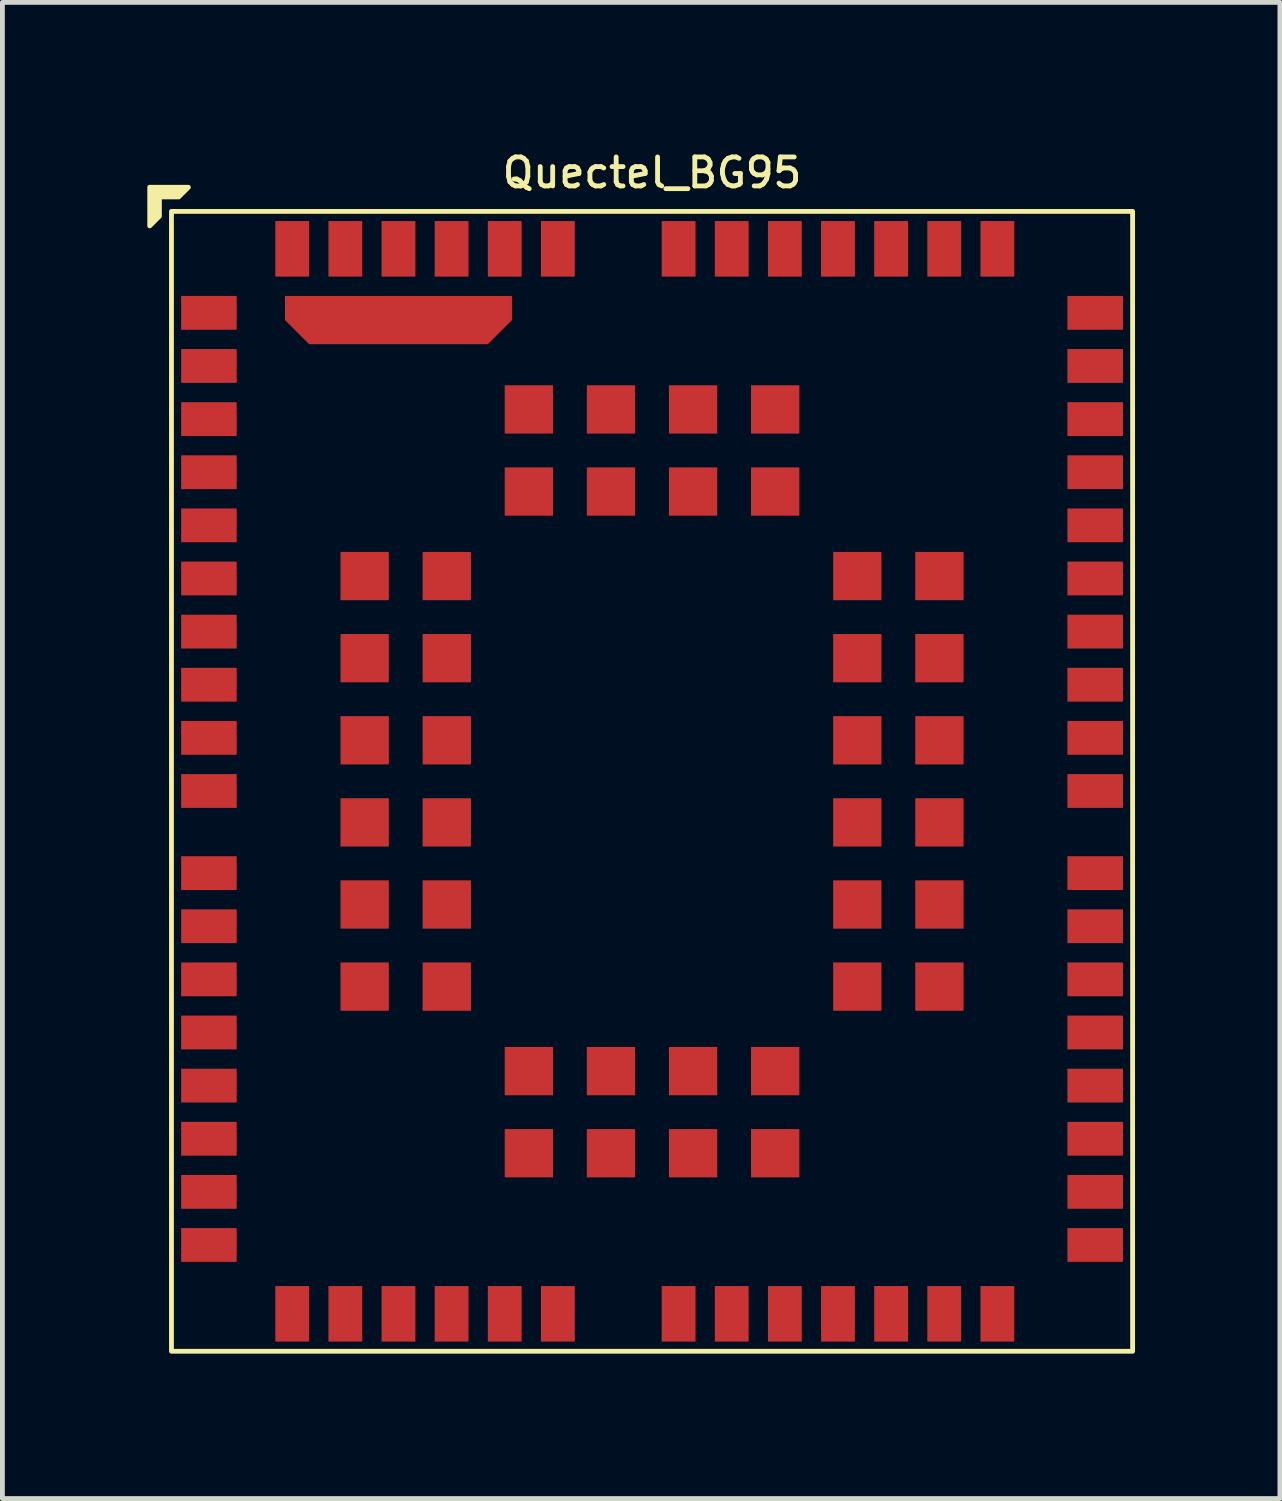
<source format=kicad_pcb>
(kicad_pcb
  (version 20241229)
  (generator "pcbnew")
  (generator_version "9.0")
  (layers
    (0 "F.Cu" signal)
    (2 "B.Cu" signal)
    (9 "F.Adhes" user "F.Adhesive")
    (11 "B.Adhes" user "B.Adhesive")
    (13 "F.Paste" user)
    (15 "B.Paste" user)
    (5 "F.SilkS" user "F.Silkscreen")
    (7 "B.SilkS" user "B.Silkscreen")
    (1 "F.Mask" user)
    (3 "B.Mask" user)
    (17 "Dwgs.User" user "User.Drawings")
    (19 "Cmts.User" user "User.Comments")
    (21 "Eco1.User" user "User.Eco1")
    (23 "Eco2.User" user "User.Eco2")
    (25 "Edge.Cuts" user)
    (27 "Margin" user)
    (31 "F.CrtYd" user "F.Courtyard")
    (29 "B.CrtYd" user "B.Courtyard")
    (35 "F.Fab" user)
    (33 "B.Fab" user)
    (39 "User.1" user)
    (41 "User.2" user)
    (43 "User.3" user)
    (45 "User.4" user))
  (footprint "Quectel_BG95"
    (layer "F.Cu")
    (at 10.45 13.127)
    (property "Reference" "Quectel_BG95" (at 0 -12.6 0) (unlocked yes) (layer "F.SilkS") (effects (font (size 0.6 0.6) (thickness 0.1))))
    (attr smd)
    (fp_rect (start 9.95 11.8) (end -9.95 -11.8) (stroke (width 0.1) (type solid)) (fill no) (layer "F.SilkS"))
    (fp_poly (pts (xy -9.8 -12.1) (xy -10.2 -12.1) (xy -10.2 -11.7) (xy -10.4 -11.5) (xy -10.4 -12.3) (xy -9.6 -12.3)) (stroke (width 0.1) (type solid)) (fill yes) (layer "F.SilkS"))
    (pad "1" smd rect (at -9.175 -9.7) (size 1.15 0.7) (layers "F.Cu" "F.Mask" "F.Paste"))
    (pad "2" smd rect (at -9.175 -8.6) (size 1.15 0.7) (layers "F.Cu" "F.Mask" "F.Paste"))
    (pad "3" smd rect (at -9.175 -7.5) (size 1.15 0.7) (layers "F.Cu" "F.Mask" "F.Paste"))
    (pad "3" smd roundrect (at -5.25 -9.55) (size 4.7 1) (layers "F.Cu" "F.Mask") (roundrect_rratio 0) (chamfer_ratio 0.5) (chamfer bottom_left bottom_right))
    (pad "4" smd rect (at -9.175 -6.4) (size 1.15 0.7) (layers "F.Cu" "F.Mask" "F.Paste"))
    (pad "5" smd rect (at -9.175 -5.3) (size 1.15 0.7) (layers "F.Cu" "F.Mask" "F.Paste"))
    (pad "6" smd rect (at -9.175 -4.2) (size 1.15 0.7) (layers "F.Cu" "F.Mask" "F.Paste"))
    (pad "7" smd rect (at -9.175 -3.1) (size 1.15 0.7) (layers "F.Cu" "F.Mask" "F.Paste"))
    (pad "8" smd rect (at -9.175 -2) (size 1.15 0.7) (layers "F.Cu" "F.Mask" "F.Paste"))
    (pad "9" smd rect (at -9.175 -0.9) (size 1.15 0.7) (layers "F.Cu" "F.Mask" "F.Paste"))
    (pad "10" smd rect (at -9.175 0.2) (size 1.15 0.7) (layers "F.Cu" "F.Mask" "F.Paste"))
    (pad "11" smd rect (at -9.175 1.9) (size 1.15 0.7) (layers "F.Cu" "F.Mask" "F.Paste"))
    (pad "12" smd rect (at -9.175 3) (size 1.15 0.7) (layers "F.Cu" "F.Mask" "F.Paste"))
    (pad "13" smd rect (at -9.175 4.1) (size 1.15 0.7) (layers "F.Cu" "F.Mask" "F.Paste"))
    (pad "14" smd rect (at -9.175 5.2) (size 1.15 0.7) (layers "F.Cu" "F.Mask" "F.Paste"))
    (pad "15" smd rect (at -9.175 6.3) (size 1.15 0.7) (layers "F.Cu" "F.Mask" "F.Paste"))
    (pad "16" smd rect (at -9.175 7.4) (size 1.15 0.7) (layers "F.Cu" "F.Mask" "F.Paste"))
    (pad "17" smd rect (at -9.175 8.5) (size 1.15 0.7) (layers "F.Cu" "F.Mask" "F.Paste"))
    (pad "18" smd rect (at -9.175 9.6) (size 1.15 0.7) (layers "F.Cu" "F.Mask" "F.Paste"))
    (pad "19" smd rect (at -7.45 11.025 90) (size 1.15 0.7) (layers "F.Cu" "F.Mask" "F.Paste"))
    (pad "20" smd rect (at -6.35 11.025 90) (size 1.15 0.7) (layers "F.Cu" "F.Mask" "F.Paste"))
    (pad "21" smd rect (at -5.25 11.025 90) (size 1.15 0.7) (layers "F.Cu" "F.Mask" "F.Paste"))
    (pad "22" smd rect (at -4.15 11.025 90) (size 1.15 0.7) (layers "F.Cu" "F.Mask" "F.Paste"))
    (pad "23" smd rect (at -3.05 11.025 90) (size 1.15 0.7) (layers "F.Cu" "F.Mask" "F.Paste"))
    (pad "24" smd rect (at -1.95 11.025 90) (size 1.15 0.7) (layers "F.Cu" "F.Mask" "F.Paste"))
    (pad "25" smd rect (at 0.55 11.025 90) (size 1.15 0.7) (layers "F.Cu" "F.Mask" "F.Paste"))
    (pad "26" smd rect (at 1.65 11.025 90) (size 1.15 0.7) (layers "F.Cu" "F.Mask" "F.Paste"))
    (pad "27" smd rect (at 2.75 11.025 90) (size 1.15 0.7) (layers "F.Cu" "F.Mask" "F.Paste"))
    (pad "28" smd rect (at 3.85 11.025 90) (size 1.15 0.7) (layers "F.Cu" "F.Mask" "F.Paste"))
    (pad "29" smd rect (at 4.95 11.025 90) (size 1.15 0.7) (layers "F.Cu" "F.Mask" "F.Paste"))
    (pad "30" smd rect (at 6.05 11.025 90) (size 1.15 0.7) (layers "F.Cu" "F.Mask" "F.Paste"))
    (pad "31" smd rect (at 7.15 11.025 90) (size 1.15 0.7) (layers "F.Cu" "F.Mask" "F.Paste"))
    (pad "32" smd rect (at 9.175 9.6) (size 1.15 0.7) (layers "F.Cu" "F.Mask" "F.Paste"))
    (pad "33" smd rect (at 9.175 8.5) (size 1.15 0.7) (layers "F.Cu" "F.Mask" "F.Paste"))
    (pad "34" smd rect (at 9.175 7.4) (size 1.15 0.7) (layers "F.Cu" "F.Mask" "F.Paste"))
    (pad "35" smd rect (at 9.175 6.3) (size 1.15 0.7) (layers "F.Cu" "F.Mask" "F.Paste"))
    (pad "36" smd rect (at 9.175 5.2) (size 1.15 0.7) (layers "F.Cu" "F.Mask" "F.Paste"))
    (pad "37" smd rect (at 9.175 4.1) (size 1.15 0.7) (layers "F.Cu" "F.Mask" "F.Paste"))
    (pad "38" smd rect (at 9.175 3) (size 1.15 0.7) (layers "F.Cu" "F.Mask" "F.Paste"))
    (pad "39" smd rect (at 9.175 1.9) (size 1.15 0.7) (layers "F.Cu" "F.Mask" "F.Paste"))
    (pad "40" smd rect (at 9.175 0.2) (size 1.15 0.7) (layers "F.Cu" "F.Mask" "F.Paste"))
    (pad "41" smd rect (at 9.175 -0.9) (size 1.15 0.7) (layers "F.Cu" "F.Mask" "F.Paste"))
    (pad "42" smd rect (at 9.175 -2) (size 1.15 0.7) (layers "F.Cu" "F.Mask" "F.Paste"))
    (pad "43" smd rect (at 9.175 -3.1) (size 1.15 0.7) (layers "F.Cu" "F.Mask" "F.Paste"))
    (pad "44" smd rect (at 9.175 -4.2) (size 1.15 0.7) (layers "F.Cu" "F.Mask" "F.Paste"))
    (pad "45" smd rect (at 9.175 -5.3) (size 1.15 0.7) (layers "F.Cu" "F.Mask" "F.Paste"))
    (pad "46" smd rect (at 9.175 -6.4) (size 1.15 0.7) (layers "F.Cu" "F.Mask" "F.Paste"))
    (pad "47" smd rect (at 9.175 -7.5) (size 1.15 0.7) (layers "F.Cu" "F.Mask" "F.Paste"))
    (pad "48" smd rect (at 9.175 -8.6) (size 1.15 0.7) (layers "F.Cu" "F.Mask" "F.Paste"))
    (pad "49" smd rect (at 9.175 -9.7) (size 1.15 0.7) (layers "F.Cu" "F.Mask" "F.Paste"))
    (pad "50" smd rect (at 7.15 -11.025 90) (size 1.15 0.7) (layers "F.Cu" "F.Mask" "F.Paste"))
    (pad "51" smd rect (at 6.05 -11.025 90) (size 1.15 0.7) (layers "F.Cu" "F.Mask" "F.Paste"))
    (pad "52" smd rect (at 4.95 -11.025 90) (size 1.15 0.7) (layers "F.Cu" "F.Mask" "F.Paste"))
    (pad "53" smd rect (at 3.85 -11.025 90) (size 1.15 0.7) (layers "F.Cu" "F.Mask" "F.Paste"))
    (pad "54" smd rect (at 2.75 -11.025 90) (size 1.15 0.7) (layers "F.Cu" "F.Mask" "F.Paste"))
    (pad "55" smd rect (at 1.65 -11.025 90) (size 1.15 0.7) (layers "F.Cu" "F.Mask" "F.Paste"))
    (pad "56" smd rect (at 0.55 -11.025 90) (size 1.15 0.7) (layers "F.Cu" "F.Mask" "F.Paste"))
    (pad "57" smd rect (at -1.95 -11.025 90) (size 1.15 0.7) (layers "F.Cu" "F.Mask" "F.Paste"))
    (pad "58" smd rect (at -3.05 -11.025 90) (size 1.15 0.7) (layers "F.Cu" "F.Mask" "F.Paste"))
    (pad "59" smd rect (at -4.15 -11.025 90) (size 1.15 0.7) (layers "F.Cu" "F.Mask" "F.Paste"))
    (pad "60" smd rect (at -5.25 -11.025 90) (size 1.15 0.7) (layers "F.Cu" "F.Mask" "F.Paste"))
    (pad "61" smd rect (at -6.35 -11.025 90) (size 1.15 0.7) (layers "F.Cu" "F.Mask" "F.Paste"))
    (pad "62" smd rect (at -7.45 -11.025 90) (size 1.15 0.7) (layers "F.Cu" "F.Mask" "F.Paste"))
    (pad "63" smd rect (at -5.95 -4.25 90) (size 1 1) (layers "F.Cu" "F.Mask" "F.Paste"))
    (pad "64" smd rect (at -5.95 -2.55 90) (size 1 1) (layers "F.Cu" "F.Mask" "F.Paste"))
    (pad "65" smd rect (at -5.95 -0.85 90) (size 1 1) (layers "F.Cu" "F.Mask" "F.Paste"))
    (pad "66" smd rect (at -5.95 0.85 90) (size 1 1) (layers "F.Cu" "F.Mask" "F.Paste"))
    (pad "67" smd rect (at -5.95 2.55 90) (size 1 1) (layers "F.Cu" "F.Mask" "F.Paste"))
    (pad "68" smd rect (at -5.95 4.25 90) (size 1 1) (layers "F.Cu" "F.Mask" "F.Paste"))
    (pad "69" smd rect (at -2.55 7.7 90) (size 1 1) (layers "F.Cu" "F.Mask" "F.Paste"))
    (pad "70" smd rect (at -0.85 7.7 90) (size 1 1) (layers "F.Cu" "F.Mask" "F.Paste"))
    (pad "71" smd rect (at 0.85 7.7 90) (size 1 1) (layers "F.Cu" "F.Mask" "F.Paste"))
    (pad "72" smd rect (at 2.55 7.7 90) (size 1 1) (layers "F.Cu" "F.Mask" "F.Paste"))
    (pad "73" smd rect (at 5.95 4.25 90) (size 1 1) (layers "F.Cu" "F.Mask" "F.Paste"))
    (pad "74" smd rect (at 5.95 2.55 90) (size 1 1) (layers "F.Cu" "F.Mask" "F.Paste"))
    (pad "75" smd rect (at 5.95 0.85 90) (size 1 1) (layers "F.Cu" "F.Mask" "F.Paste"))
    (pad "76" smd rect (at 5.95 -0.85 90) (size 1 1) (layers "F.Cu" "F.Mask" "F.Paste"))
    (pad "77" smd rect (at 5.95 -2.55 90) (size 1 1) (layers "F.Cu" "F.Mask" "F.Paste"))
    (pad "78" smd rect (at 5.95 -4.25 90) (size 1 1) (layers "F.Cu" "F.Mask" "F.Paste"))
    (pad "79" smd rect (at 2.55 -7.7 90) (size 1 1) (layers "F.Cu" "F.Mask" "F.Paste"))
    (pad "80" smd rect (at 0.85 -7.7 90) (size 1 1) (layers "F.Cu" "F.Mask" "F.Paste"))
    (pad "81" smd rect (at -0.85 -7.7 90) (size 1 1) (layers "F.Cu" "F.Mask" "F.Paste"))
    (pad "82" smd rect (at -2.55 -7.7 90) (size 1 1) (layers "F.Cu" "F.Mask" "F.Paste"))
    (pad "83" smd rect (at -4.25 -4.25 90) (size 1 1) (layers "F.Cu" "F.Mask" "F.Paste"))
    (pad "84" smd rect (at -4.25 -2.55 90) (size 1 1) (layers "F.Cu" "F.Mask" "F.Paste"))
    (pad "85" smd rect (at -4.25 -0.85 90) (size 1 1) (layers "F.Cu" "F.Mask" "F.Paste"))
    (pad "86" smd rect (at -4.25 0.85 90) (size 1 1) (layers "F.Cu" "F.Mask" "F.Paste"))
    (pad "87" smd rect (at -4.25 2.55 90) (size 1 1) (layers "F.Cu" "F.Mask" "F.Paste"))
    (pad "88" smd rect (at -4.25 4.25 90) (size 1 1) (layers "F.Cu" "F.Mask" "F.Paste"))
    (pad "89" smd rect (at -2.55 6 90) (size 1 1) (layers "F.Cu" "F.Mask" "F.Paste"))
    (pad "90" smd rect (at -0.85 6 90) (size 1 1) (layers "F.Cu" "F.Mask" "F.Paste"))
    (pad "91" smd rect (at 0.85 6 90) (size 1 1) (layers "F.Cu" "F.Mask" "F.Paste"))
    (pad "92" smd rect (at 2.55 6 90) (size 1 1) (layers "F.Cu" "F.Mask" "F.Paste"))
    (pad "93" smd rect (at 4.25 4.25 90) (size 1 1) (layers "F.Cu" "F.Mask" "F.Paste"))
    (pad "94" smd rect (at 4.25 2.55 90) (size 1 1) (layers "F.Cu" "F.Mask" "F.Paste"))
    (pad "95" smd rect (at 4.25 0.85 90) (size 1 1) (layers "F.Cu" "F.Mask" "F.Paste"))
    (pad "96" smd rect (at 4.25 -0.85 90) (size 1 1) (layers "F.Cu" "F.Mask" "F.Paste"))
    (pad "97" smd rect (at 4.25 -2.55 90) (size 1 1) (layers "F.Cu" "F.Mask" "F.Paste"))
    (pad "98" smd rect (at 4.25 -4.25 90) (size 1 1) (layers "F.Cu" "F.Mask" "F.Paste"))
    (pad "99" smd rect (at 2.55 -6 90) (size 1 1) (layers "F.Cu" "F.Mask" "F.Paste"))
    (pad "100" smd rect (at 0.85 -6 90) (size 1 1) (layers "F.Cu" "F.Mask" "F.Paste"))
    (pad "101" smd rect (at -0.85 -6 90) (size 1 1) (layers "F.Cu" "F.Mask" "F.Paste"))
    (pad "102" smd rect (at -2.55 -6 90) (size 1 1) (layers "F.Cu" "F.Mask" "F.Paste")))
  (gr_rect
    (start -3 -3)
    (end 23.45 27.977)
    (stroke (width 0.1) (type default))
    (fill no)
    (layer "Edge.Cuts")))
</source>
